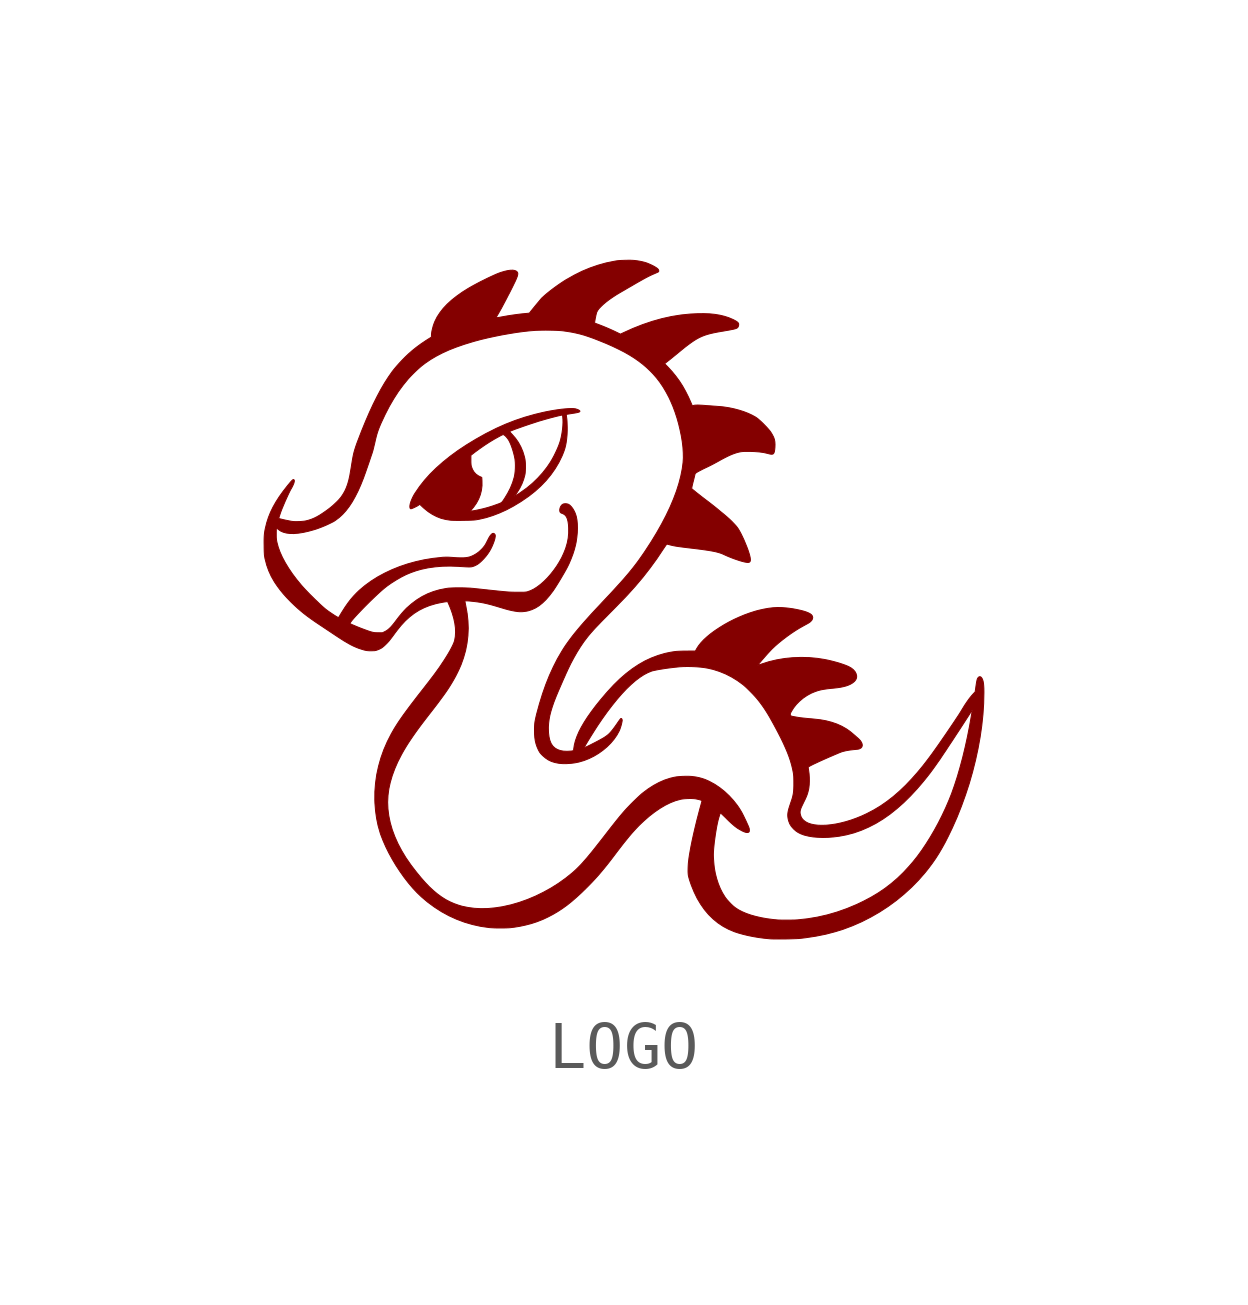
<source format=kicad_sym>
(kicad_symbol_lib
  (version 20220914)
  (generator kicad_symbol_editor)
  (symbol "LOGO"
    (pin_names
      (offset 1.016))
    (property "Reference" "#G"
      (at 0 6.446 0)
      (effects (font (size 1.27 1.27)) hide))
    (symbol "LOGO_0_0"
      (polyline (pts (xy -3.394 1.652) (xy -3.337 1.653) (xy -3.282 1.654) (xy -3.228 1.655) (xy -3.18 1.657) (xy -3.137 1.659) (xy -3.103 1.662) (xy -3.08 1.665) (xy -3.013 1.677) (xy -2.872 1.71) (xy -2.732 1.754) (xy -2.592 1.808) (xy -2.45 1.872) (xy -2.307 1.948) (xy -2.161 2.036) (xy -2.129 2.057) (xy -1.985 2.156) (xy -1.853 2.26) (xy -1.732 2.37) (xy -1.622 2.484) (xy -1.523 2.604) (xy -1.435 2.729) (xy -1.357 2.86) (xy -1.29 2.997) (xy -1.274 3.036) (xy -1.25 3.098) (xy -1.231 3.157) (xy -1.216 3.217) (xy -1.204 3.281) (xy -1.195 3.351) (xy -1.187 3.431) (xy -1.185 3.473) (xy -1.183 3.53) (xy -1.183 3.591) (xy -1.185 3.652) (xy -1.187 3.711) (xy -1.191 3.763) (xy -1.197 3.806) (xy -1.198 3.816) (xy -1.201 3.839) (xy -1.203 3.854) (xy -1.204 3.861) (xy -1.203 3.861) (xy -1.194 3.863) (xy -1.175 3.866) (xy -1.149 3.87) (xy -1.119 3.875) (xy -1.069 3.883) (xy -1.023 3.89) (xy -0.986 3.897) (xy -0.959 3.903) (xy -0.94 3.909) (xy -0.928 3.914) (xy -0.921 3.92) (xy -0.919 3.926) (xy -0.921 3.934) (xy -0.921 3.934) (xy -0.931 3.944) (xy -0.951 3.956) (xy -0.978 3.967) (xy -1.01 3.977) (xy -1.024 3.979) (xy -1.061 3.983) (xy -1.109 3.983) (xy -1.165 3.981) (xy -1.229 3.976) (xy -1.3 3.969) (xy -1.375 3.959) (xy -1.454 3.947) (xy -1.536 3.933) (xy -1.62 3.917) (xy -1.703 3.899) (xy -1.861 3.861) (xy -2.069 3.802) (xy -2.271 3.734) (xy -2.468 3.657) (xy -2.663 3.57) (xy -2.787 3.507) (xy -2.38 3.507) (xy -2.378 3.508) (xy -2.364 3.515) (xy -2.339 3.525) (xy -2.305 3.538) (xy -2.264 3.554) (xy -2.216 3.571) (xy -2.164 3.589) (xy -2.109 3.609) (xy -2.051 3.629) (xy -1.992 3.649) (xy -1.935 3.668) (xy -1.879 3.686) (xy -1.827 3.703) (xy -1.779 3.719) (xy -1.738 3.731) (xy -1.72 3.736) (xy -1.669 3.751) (xy -1.616 3.766) (xy -1.562 3.781) (xy -1.51 3.795) (xy -1.459 3.808) (xy -1.412 3.82) (xy -1.371 3.83) (xy -1.335 3.838) (xy -1.308 3.844) (xy -1.29 3.847) (xy -1.282 3.847) (xy -1.281 3.843) (xy -1.279 3.829) (xy -1.276 3.807) (xy -1.274 3.78) (xy -1.272 3.756) (xy -1.271 3.693) (xy -1.274 3.623) (xy -1.281 3.548) (xy -1.292 3.471) (xy -1.306 3.396) (xy -1.323 3.325) (xy -1.334 3.287) (xy -1.357 3.221) (xy -1.386 3.15) (xy -1.42 3.076) (xy -1.456 3.002) (xy -1.495 2.93) (xy -1.534 2.864) (xy -1.602 2.763) (xy -1.695 2.644) (xy -1.798 2.531) (xy -1.909 2.424) (xy -2.028 2.325) (xy -2.154 2.235) (xy -2.173 2.222) (xy -2.203 2.202) (xy -2.231 2.184) (xy -2.252 2.171) (xy -2.266 2.162) (xy -2.291 2.147) (xy -2.274 2.169) (xy -2.225 2.237) (xy -2.171 2.325) (xy -2.126 2.417) (xy -2.091 2.509) (xy -2.066 2.6) (xy -2.065 2.604) (xy -2.059 2.641) (xy -2.056 2.687) (xy -2.054 2.737) (xy -2.054 2.791) (xy -2.055 2.842) (xy -2.059 2.889) (xy -2.064 2.928) (xy -2.077 2.984) (xy -2.108 3.086) (xy -2.15 3.185) (xy -2.201 3.278) (xy -2.262 3.365) (xy -2.33 3.443) (xy -2.351 3.465) (xy -2.37 3.487) (xy -2.38 3.501) (xy -2.38 3.507) (xy -2.787 3.507) (xy -2.857 3.472) (xy -2.89 3.455) (xy -3.091 3.342) (xy -3.28 3.227) (xy -3.457 3.11) (xy -3.621 2.99) (xy -3.773 2.868) (xy -3.913 2.744) (xy -4.041 2.618) (xy -4.157 2.489) (xy -4.26 2.358) (xy -4.351 2.225) (xy -4.372 2.192) (xy -4.4 2.14) (xy -4.423 2.09) (xy -4.442 2.042) (xy -4.455 1.998) (xy -4.462 1.96) (xy -4.463 1.929) (xy -4.457 1.906) (xy -4.452 1.899) (xy -4.442 1.894) (xy -4.437 1.895) (xy -4.42 1.9) (xy -4.397 1.909) (xy -4.37 1.921) (xy -4.342 1.935) (xy -4.316 1.948) (xy -4.295 1.96) (xy -4.281 1.97) (xy -4.257 1.988) (xy -4.196 1.93) (xy -4.166 1.903) (xy -4.096 1.847) (xy -3.201 1.847) (xy -3.201 1.847) (xy -3.195 1.855) (xy -3.184 1.869) (xy -3.169 1.887) (xy -3.135 1.927) (xy -3.076 2.011) (xy -3.029 2.098) (xy -2.994 2.188) (xy -2.971 2.281) (xy -2.959 2.377) (xy -2.96 2.478) (xy -2.964 2.547) (xy -3.014 2.57) (xy -3.038 2.583) (xy -3.086 2.617) (xy -3.125 2.66) (xy -3.156 2.711) (xy -3.18 2.772) (xy -3.183 2.785) (xy -3.187 2.806) (xy -3.189 2.832) (xy -3.191 2.866) (xy -3.191 2.909) (xy -3.191 3.009) (xy -3.144 3.045) (xy -3.114 3.069) (xy -3.01 3.145) (xy -2.904 3.219) (xy -2.799 3.287) (xy -2.696 3.349) (xy -2.598 3.403) (xy -2.587 3.409) (xy -2.559 3.424) (xy -2.54 3.433) (xy -2.526 3.438) (xy -2.517 3.44) (xy -2.51 3.438) (xy -2.502 3.435) (xy -2.501 3.435) (xy -2.483 3.421) (xy -2.46 3.4) (xy -2.437 3.373) (xy -2.415 3.344) (xy -2.397 3.316) (xy -2.391 3.304) (xy -2.367 3.254) (xy -2.344 3.195) (xy -2.322 3.131) (xy -2.302 3.063) (xy -2.285 2.996) (xy -2.272 2.932) (xy -2.27 2.916) (xy -2.265 2.862) (xy -2.263 2.802) (xy -2.264 2.738) (xy -2.268 2.675) (xy -2.275 2.616) (xy -2.284 2.566) (xy -2.288 2.55) (xy -2.321 2.44) (xy -2.366 2.329) (xy -2.423 2.218) (xy -2.49 2.107) (xy -2.493 2.104) (xy -2.51 2.077) (xy -2.524 2.057) (xy -2.536 2.041) (xy -2.549 2.029) (xy -2.564 2.018) (xy -2.582 2.009) (xy -2.607 1.999) (xy -2.64 1.987) (xy -2.682 1.972) (xy -2.739 1.952) (xy -2.841 1.92) (xy -2.947 1.892) (xy -3.051 1.869) (xy -3.094 1.86) (xy -3.135 1.853) (xy -3.165 1.848) (xy -3.186 1.845) (xy -3.197 1.845) (xy -3.201 1.847) (xy -4.096 1.847) (xy -4.082 1.835) (xy -3.994 1.778) (xy -3.903 1.731) (xy -3.811 1.695) (xy -3.718 1.672) (xy -3.715 1.671) (xy -3.68 1.666) (xy -3.644 1.66) (xy -3.611 1.656) (xy -3.611 1.656) (xy -3.583 1.654) (xy -3.545 1.653) (xy -3.499 1.652) (xy -3.448 1.652) (xy -3.394 1.652)) (stroke (width 0.01) (type default)) (fill (type outline)))
      (polyline (pts (xy 3.296 -7.072) (xy 3.361 -7.072) (xy 3.425 -7.071) (xy 3.488 -7.069) (xy 3.546 -7.067) (xy 3.598 -7.065) (xy 3.642 -7.063) (xy 3.676 -7.06) (xy 3.784 -7.047) (xy 4.001 -7.014) (xy 4.21 -6.972) (xy 4.411 -6.919) (xy 4.568 -6.87) (xy 4.763 -6.797) (xy 4.955 -6.713) (xy 5.143 -6.617) (xy 5.326 -6.512) (xy 5.504 -6.396) (xy 5.675 -6.271) (xy 5.838 -6.137) (xy 5.994 -5.995) (xy 6.141 -5.845) (xy 6.278 -5.688) (xy 6.349 -5.599) (xy 6.424 -5.499) (xy 6.495 -5.397) (xy 6.562 -5.292) (xy 6.628 -5.18) (xy 6.694 -5.061) (xy 6.76 -4.931) (xy 6.842 -4.761) (xy 6.942 -4.536) (xy 7.034 -4.305) (xy 7.119 -4.069) (xy 7.197 -3.831) (xy 7.266 -3.59) (xy 7.327 -3.348) (xy 7.379 -3.107) (xy 7.423 -2.866) (xy 7.457 -2.629) (xy 7.482 -2.394) (xy 7.497 -2.165) (xy 7.502 -1.942) (xy 7.502 -1.912) (xy 7.501 -1.849) (xy 7.498 -1.796) (xy 7.494 -1.752) (xy 7.488 -1.714) (xy 7.48 -1.683) (xy 7.47 -1.655) (xy 7.455 -1.63) (xy 7.438 -1.612) (xy 7.418 -1.605) (xy 7.399 -1.61) (xy 7.381 -1.627) (xy 7.377 -1.632) (xy 7.37 -1.643) (xy 7.365 -1.655) (xy 7.36 -1.672) (xy 7.355 -1.694) (xy 7.349 -1.723) (xy 7.343 -1.761) (xy 7.336 -1.809) (xy 7.32 -1.922) (xy 7.287 -1.956) (xy 7.244 -2.004) (xy 7.198 -2.061) (xy 7.151 -2.127) (xy 7.101 -2.201) (xy 7.049 -2.286) (xy 7.04 -2.301) (xy 7.022 -2.331) (xy 7.002 -2.363) (xy 6.98 -2.398) (xy 6.955 -2.436) (xy 6.926 -2.479) (xy 6.894 -2.528) (xy 6.857 -2.583) (xy 6.815 -2.645) (xy 6.767 -2.716) (xy 6.712 -2.797) (xy 6.643 -2.897) (xy 6.563 -3.013) (xy 6.488 -3.119) (xy 6.418 -3.217) (xy 6.351 -3.307) (xy 6.288 -3.39) (xy 6.227 -3.468) (xy 6.168 -3.54) (xy 6.111 -3.608) (xy 6 -3.733) (xy 5.872 -3.868) (xy 5.742 -3.992) (xy 5.612 -4.105) (xy 5.48 -4.207) (xy 5.346 -4.3) (xy 5.208 -4.383) (xy 5.067 -4.457) (xy 5.059 -4.461) (xy 4.951 -4.511) (xy 4.842 -4.555) (xy 4.734 -4.594) (xy 4.626 -4.627) (xy 4.521 -4.654) (xy 4.418 -4.676) (xy 4.318 -4.691) (xy 4.223 -4.701) (xy 4.132 -4.704) (xy 4.048 -4.702) (xy 3.97 -4.693) (xy 3.899 -4.678) (xy 3.837 -4.657) (xy 3.784 -4.629) (xy 3.74 -4.594) (xy 3.711 -4.561) (xy 3.689 -4.521) (xy 3.675 -4.473) (xy 3.672 -4.46) (xy 3.67 -4.436) (xy 3.671 -4.413) (xy 3.676 -4.387) (xy 3.685 -4.357) (xy 3.699 -4.322) (xy 3.719 -4.28) (xy 3.744 -4.228) (xy 3.749 -4.217) (xy 3.776 -4.163) (xy 3.797 -4.116) (xy 3.814 -4.074) (xy 3.827 -4.035) (xy 3.838 -3.995) (xy 3.848 -3.953) (xy 3.853 -3.925) (xy 3.861 -3.857) (xy 3.864 -3.783) (xy 3.863 -3.705) (xy 3.858 -3.629) (xy 3.848 -3.556) (xy 3.846 -3.542) (xy 3.842 -3.518) (xy 3.841 -3.499) (xy 3.841 -3.489) (xy 3.841 -3.489) (xy 3.848 -3.483) (xy 3.865 -3.474) (xy 3.889 -3.46) (xy 3.919 -3.445) (xy 3.953 -3.428) (xy 3.977 -3.417) (xy 4.02 -3.397) (xy 4.068 -3.374) (xy 4.121 -3.35) (xy 4.177 -3.325) (xy 4.234 -3.3) (xy 4.29 -3.275) (xy 4.345 -3.252) (xy 4.395 -3.23) (xy 4.441 -3.211) (xy 4.48 -3.194) (xy 4.511 -3.182) (xy 4.532 -3.174) (xy 4.553 -3.167) (xy 4.625 -3.149) (xy 4.706 -3.135) (xy 4.793 -3.125) (xy 4.795 -3.125) (xy 4.827 -3.122) (xy 4.856 -3.119) (xy 4.88 -3.116) (xy 4.893 -3.113) (xy 4.909 -3.108) (xy 4.94 -3.091) (xy 4.959 -3.068) (xy 4.967 -3.041) (xy 4.964 -3.009) (xy 4.95 -2.974) (xy 4.925 -2.936) (xy 4.917 -2.928) (xy 4.9 -2.91) (xy 4.877 -2.888) (xy 4.848 -2.863) (xy 4.817 -2.835) (xy 4.784 -2.807) (xy 4.752 -2.78) (xy 4.723 -2.756) (xy 4.698 -2.737) (xy 4.635 -2.693) (xy 4.54 -2.639) (xy 4.438 -2.593) (xy 4.327 -2.555) (xy 4.211 -2.525) (xy 4.088 -2.503) (xy 4.082 -2.503) (xy 4.051 -2.499) (xy 4.012 -2.495) (xy 3.967 -2.49) (xy 3.919 -2.485) (xy 3.873 -2.481) (xy 3.826 -2.477) (xy 3.778 -2.472) (xy 3.737 -2.468) (xy 3.702 -2.464) (xy 3.669 -2.46) (xy 3.636 -2.455) (xy 3.601 -2.449) (xy 3.561 -2.442) (xy 3.554 -2.441) (xy 3.523 -2.435) (xy 3.502 -2.431) (xy 3.489 -2.427) (xy 3.48 -2.422) (xy 3.475 -2.416) (xy 3.471 -2.408) (xy 3.466 -2.396) (xy 3.465 -2.385) (xy 3.468 -2.373) (xy 3.477 -2.354) (xy 3.487 -2.334) (xy 3.535 -2.257) (xy 3.593 -2.183) (xy 3.66 -2.115) (xy 3.735 -2.052) (xy 3.816 -1.997) (xy 3.902 -1.95) (xy 3.93 -1.938) (xy 3.987 -1.915) (xy 4.046 -1.895) (xy 4.108 -1.879) (xy 4.176 -1.867) (xy 4.252 -1.856) (xy 4.339 -1.847) (xy 4.363 -1.845) (xy 4.443 -1.836) (xy 4.513 -1.826) (xy 4.574 -1.813) (xy 4.628 -1.799) (xy 4.676 -1.782) (xy 4.719 -1.763) (xy 4.766 -1.735) (xy 4.805 -1.703) (xy 4.832 -1.668) (xy 4.847 -1.631) (xy 4.85 -1.592) (xy 4.849 -1.587) (xy 4.838 -1.543) (xy 4.816 -1.501) (xy 4.782 -1.462) (xy 4.739 -1.427) (xy 4.686 -1.397) (xy 4.667 -1.388) (xy 4.613 -1.366) (xy 4.551 -1.344) (xy 4.481 -1.321) (xy 4.407 -1.3) (xy 4.33 -1.28) (xy 4.254 -1.262) (xy 4.179 -1.247) (xy 4.033 -1.224) (xy 3.862 -1.208) (xy 3.69 -1.204) (xy 3.518 -1.21) (xy 3.348 -1.227) (xy 3.182 -1.255) (xy 3.019 -1.294) (xy 2.862 -1.344) (xy 2.835 -1.353) (xy 2.812 -1.361) (xy 2.796 -1.365) (xy 2.79 -1.366) (xy 2.791 -1.363) (xy 2.8 -1.351) (xy 2.815 -1.332) (xy 2.835 -1.308) (xy 2.86 -1.279) (xy 2.888 -1.246) (xy 2.918 -1.212) (xy 2.949 -1.176) (xy 2.98 -1.141) (xy 3.01 -1.108) (xy 3.038 -1.078) (xy 3.062 -1.052) (xy 3.082 -1.031) (xy 3.087 -1.026) (xy 3.154 -0.963) (xy 3.229 -0.898) (xy 3.311 -0.832) (xy 3.398 -0.766) (xy 3.486 -0.703) (xy 3.575 -0.644) (xy 3.661 -0.591) (xy 3.743 -0.545) (xy 3.765 -0.533) (xy 3.798 -0.515) (xy 3.827 -0.499) (xy 3.851 -0.485) (xy 3.866 -0.475) (xy 3.887 -0.459) (xy 3.914 -0.43) (xy 3.929 -0.4) (xy 3.934 -0.37) (xy 3.927 -0.342) (xy 3.909 -0.316) (xy 3.883 -0.296) (xy 3.846 -0.276) (xy 3.797 -0.256) (xy 3.74 -0.238) (xy 3.673 -0.221) (xy 3.599 -0.205) (xy 3.518 -0.19) (xy 3.431 -0.178) (xy 3.395 -0.174) (xy 3.297 -0.166) (xy 3.203 -0.164) (xy 3.109 -0.169) (xy 3.014 -0.18) (xy 2.914 -0.198) (xy 2.807 -0.222) (xy 2.733 -0.242) (xy 2.623 -0.277) (xy 2.513 -0.317) (xy 2.403 -0.363) (xy 2.295 -0.412) (xy 2.189 -0.466) (xy 2.087 -0.523) (xy 1.99 -0.583) (xy 1.898 -0.644) (xy 1.812 -0.707) (xy 1.734 -0.771) (xy 1.664 -0.835) (xy 1.604 -0.899) (xy 1.554 -0.962) (xy 1.515 -1.023) (xy 1.489 -1.071) (xy 1.309 -1.072) (xy 1.255 -1.072) (xy 1.194 -1.074) (xy 1.142 -1.076) (xy 1.094 -1.079) (xy 1.049 -1.084) (xy 1.004 -1.091) (xy 0.957 -1.099) (xy 0.904 -1.11) (xy 0.85 -1.122) (xy 0.711 -1.163) (xy 0.573 -1.215) (xy 0.437 -1.278) (xy 0.304 -1.354) (xy 0.172 -1.442) (xy 0.042 -1.542) (xy -0.087 -1.654) (xy -0.215 -1.779) (xy -0.341 -1.916) (xy -0.378 -1.958) (xy -0.489 -2.089) (xy -0.589 -2.213) (xy -0.679 -2.333) (xy -0.759 -2.446) (xy -0.829 -2.555) (xy -0.889 -2.658) (xy -0.94 -2.757) (xy -0.98 -2.851) (xy -1.012 -2.941) (xy -1.034 -3.027) (xy -1.047 -3.11) (xy -1.048 -3.122) (xy -1.05 -3.134) (xy -1.054 -3.143) (xy -1.062 -3.149) (xy -1.076 -3.153) (xy -1.096 -3.156) (xy -1.126 -3.158) (xy -1.166 -3.16) (xy -1.186 -3.161) (xy -1.26 -3.158) (xy -1.326 -3.146) (xy -1.385 -3.125) (xy -1.436 -3.095) (xy -1.479 -3.057) (xy -1.512 -3.01) (xy -1.523 -2.989) (xy -1.547 -2.928) (xy -1.563 -2.857) (xy -1.573 -2.775) (xy -1.576 -2.683) (xy -1.576 -2.656) (xy -1.571 -2.578) (xy -1.561 -2.498) (xy -1.546 -2.416) (xy -1.524 -2.33) (xy -1.496 -2.238) (xy -1.462 -2.139) (xy -1.42 -2.031) (xy -1.407 -1.998) (xy -1.388 -1.954) (xy -1.367 -1.903) (xy -1.342 -1.846) (xy -1.316 -1.786) (xy -1.289 -1.724) (xy -1.262 -1.662) (xy -1.235 -1.603) (xy -1.211 -1.547) (xy -1.188 -1.498) (xy -1.169 -1.456) (xy -1.111 -1.336) (xy -1.045 -1.212) (xy -0.977 -1.093) (xy -0.907 -0.981) (xy -0.837 -0.878) (xy -0.767 -0.786) (xy -0.743 -0.756) (xy -0.718 -0.726) (xy -0.693 -0.696) (xy -0.666 -0.666) (xy -0.637 -0.633) (xy -0.605 -0.598) (xy -0.568 -0.559) (xy -0.527 -0.517) (xy -0.481 -0.468) (xy -0.428 -0.414) (xy -0.367 -0.353) (xy -0.299 -0.283) (xy -0.298 -0.282) (xy -0.245 -0.229) (xy -0.193 -0.176) (xy -0.142 -0.124) (xy -0.094 -0.074) (xy -0.049 -0.028) (xy -0.008 0.014) (xy 0.027 0.05) (xy 0.055 0.08) (xy 0.075 0.101) (xy 0.231 0.274) (xy 0.392 0.464) (xy 0.543 0.658) (xy 0.685 0.853) (xy 0.815 1.048) (xy 0.823 1.059) (xy 0.844 1.091) (xy 0.863 1.118) (xy 0.878 1.14) (xy 0.889 1.153) (xy 0.895 1.158) (xy 0.898 1.157) (xy 0.912 1.154) (xy 0.934 1.148) (xy 0.96 1.142) (xy 0.961 1.141) (xy 0.99 1.134) (xy 1.021 1.127) (xy 1.056 1.12) (xy 1.096 1.113) (xy 1.142 1.106) (xy 1.196 1.099) (xy 1.259 1.091) (xy 1.332 1.082) (xy 1.416 1.072) (xy 1.425 1.071) (xy 1.524 1.059) (xy 1.611 1.048) (xy 1.689 1.037) (xy 1.757 1.027) (xy 1.817 1.017) (xy 1.87 1.007) (xy 1.917 0.997) (xy 1.958 0.986) (xy 1.996 0.975) (xy 2.031 0.963) (xy 2.065 0.949) (xy 2.097 0.934) (xy 2.119 0.924) (xy 2.176 0.899) (xy 2.236 0.875) (xy 2.296 0.852) (xy 2.357 0.831) (xy 2.414 0.812) (xy 2.467 0.797) (xy 2.514 0.785) (xy 2.553 0.778) (xy 2.583 0.775) (xy 2.588 0.775) (xy 2.611 0.78) (xy 2.626 0.792) (xy 2.634 0.813) (xy 2.635 0.843) (xy 2.629 0.883) (xy 2.628 0.887) (xy 2.617 0.934) (xy 2.6 0.989) (xy 2.58 1.049) (xy 2.555 1.114) (xy 2.528 1.18) (xy 2.5 1.247) (xy 2.47 1.311) (xy 2.441 1.371) (xy 2.412 1.425) (xy 2.385 1.471) (xy 2.36 1.507) (xy 2.331 1.543) (xy 2.292 1.585) (xy 2.247 1.632) (xy 2.197 1.68) (xy 2.144 1.727) (xy 2.09 1.773) (xy 2.082 1.78) (xy 2.045 1.81) (xy 2.003 1.844) (xy 1.963 1.878) (xy 1.928 1.907) (xy 1.904 1.926) (xy 1.869 1.954) (xy 1.83 1.985) (xy 1.787 2.018) (xy 1.743 2.052) (xy 1.7 2.084) (xy 1.66 2.115) (xy 1.618 2.147) (xy 1.578 2.179) (xy 1.542 2.207) (xy 1.511 2.231) (xy 1.489 2.249) (xy 1.484 2.254) (xy 1.459 2.274) (xy 1.438 2.291) (xy 1.423 2.304) (xy 1.415 2.31) (xy 1.413 2.312) (xy 1.412 2.319) (xy 1.413 2.33) (xy 1.416 2.347) (xy 1.421 2.372) (xy 1.429 2.406) (xy 1.44 2.451) (xy 1.444 2.465) (xy 1.454 2.505) (xy 1.463 2.542) (xy 1.47 2.572) (xy 1.476 2.596) (xy 1.479 2.609) (xy 1.479 2.61) (xy 1.483 2.622) (xy 1.488 2.631) (xy 1.499 2.64) (xy 1.516 2.652) (xy 1.541 2.667) (xy 1.543 2.668) (xy 1.567 2.681) (xy 1.6 2.698) (xy 1.638 2.718) (xy 1.679 2.738) (xy 1.719 2.757) (xy 1.759 2.776) (xy 1.811 2.802) (xy 1.865 2.83) (xy 1.917 2.858) (xy 1.963 2.883) (xy 2.021 2.916) (xy 2.093 2.954) (xy 2.156 2.986) (xy 2.214 3.013) (xy 2.267 3.035) (xy 2.317 3.053) (xy 2.365 3.068) (xy 2.413 3.079) (xy 2.414 3.079) (xy 2.435 3.083) (xy 2.458 3.086) (xy 2.484 3.088) (xy 2.516 3.09) (xy 2.556 3.09) (xy 2.607 3.09) (xy 2.718 3.087) (xy 2.822 3.079) (xy 2.915 3.066) (xy 2.998 3.047) (xy 3.005 3.045) (xy 3.043 3.035) (xy 3.074 3.031) (xy 3.097 3.033) (xy 3.114 3.042) (xy 3.126 3.06) (xy 3.135 3.087) (xy 3.141 3.125) (xy 3.146 3.174) (xy 3.148 3.233) (xy 3.145 3.288) (xy 3.136 3.337) (xy 3.119 3.386) (xy 3.093 3.437) (xy 3.059 3.493) (xy 3.056 3.497) (xy 3.035 3.525) (xy 3.006 3.559) (xy 2.972 3.597) (xy 2.934 3.636) (xy 2.895 3.676) (xy 2.856 3.713) (xy 2.819 3.746) (xy 2.787 3.774) (xy 2.76 3.793) (xy 2.741 3.806) (xy 2.668 3.846) (xy 2.586 3.884) (xy 2.495 3.919) (xy 2.398 3.95) (xy 2.296 3.977) (xy 2.192 3.999) (xy 2.087 4.015) (xy 2.08 4.016) (xy 2.048 4.02) (xy 2.008 4.024) (xy 1.962 4.027) (xy 1.915 4.031) (xy 1.868 4.034) (xy 1.854 4.035) (xy 1.807 4.039) (xy 1.76 4.042) (xy 1.717 4.045) (xy 1.681 4.048) (xy 1.653 4.05) (xy 1.646 4.051) (xy 1.59 4.054) (xy 1.541 4.056) (xy 1.5 4.055) (xy 1.468 4.052) (xy 1.447 4.047) (xy 1.443 4.045) (xy 1.43 4.041) (xy 1.424 4.043) (xy 1.419 4.052) (xy 1.402 4.093) (xy 1.344 4.223) (xy 1.284 4.342) (xy 1.222 4.453) (xy 1.155 4.557) (xy 1.083 4.655) (xy 1.006 4.75) (xy 0.921 4.843) (xy 0.847 4.919) (xy 0.928 4.983) (xy 0.952 5.001) (xy 0.985 5.028) (xy 1.024 5.06) (xy 1.066 5.094) (xy 1.109 5.129) (xy 1.15 5.163) (xy 1.2 5.204) (xy 1.274 5.264) (xy 1.342 5.316) (xy 1.405 5.362) (xy 1.464 5.402) (xy 1.52 5.436) (xy 1.574 5.465) (xy 1.629 5.49) (xy 1.686 5.512) (xy 1.746 5.531) (xy 1.81 5.548) (xy 1.881 5.564) (xy 1.958 5.579) (xy 2.044 5.594) (xy 2.066 5.597) (xy 2.114 5.606) (xy 2.162 5.614) (xy 2.207 5.622) (xy 2.245 5.63) (xy 2.274 5.635) (xy 2.306 5.643) (xy 2.336 5.652) (xy 2.357 5.662) (xy 2.371 5.674) (xy 2.381 5.69) (xy 2.388 5.712) (xy 2.391 5.732) (xy 2.389 5.753) (xy 2.379 5.771) (xy 2.36 5.789) (xy 2.331 5.808) (xy 2.291 5.83) (xy 2.268 5.841) (xy 2.183 5.877) (xy 2.093 5.906) (xy 1.997 5.929) (xy 1.895 5.946) (xy 1.786 5.957) (xy 1.667 5.961) (xy 1.538 5.96) (xy 1.385 5.953) (xy 1.187 5.933) (xy 0.989 5.901) (xy 0.79 5.857) (xy 0.591 5.801) (xy 0.39 5.733) (xy 0.187 5.653) (xy -0.017 5.561) (xy -0.074 5.534) (xy -0.146 5.569) (xy -0.206 5.598) (xy -0.283 5.633) (xy -0.363 5.668) (xy -0.441 5.7) (xy -0.513 5.728) (xy -0.536 5.737) (xy -0.566 5.748) (xy -0.59 5.757) (xy -0.606 5.764) (xy -0.612 5.766) (xy -0.612 5.768) (xy -0.612 5.78) (xy -0.609 5.801) (xy -0.604 5.828) (xy -0.599 5.859) (xy -0.592 5.891) (xy -0.586 5.923) (xy -0.579 5.952) (xy -0.573 5.975) (xy -0.569 5.99) (xy -0.568 5.991) (xy -0.55 6.026) (xy -0.521 6.066) (xy -0.481 6.108) (xy -0.433 6.154) (xy -0.376 6.202) (xy -0.311 6.252) (xy -0.238 6.303) (xy -0.16 6.354) (xy -0.075 6.405) (xy -0.062 6.412) (xy -0.028 6.432) (xy 0.014 6.456) (xy 0.061 6.484) (xy 0.111 6.513) (xy 0.162 6.542) (xy 0.211 6.571) (xy 0.271 6.606) (xy 0.342 6.646) (xy 0.404 6.681) (xy 0.459 6.711) (xy 0.509 6.737) (xy 0.554 6.759) (xy 0.597 6.779) (xy 0.638 6.796) (xy 0.639 6.797) (xy 0.667 6.809) (xy 0.691 6.82) (xy 0.709 6.828) (xy 0.717 6.833) (xy 0.722 6.838) (xy 0.725 6.853) (xy 0.721 6.872) (xy 0.71 6.889) (xy 0.693 6.905) (xy 0.663 6.926) (xy 0.624 6.949) (xy 0.579 6.972) (xy 0.528 6.995) (xy 0.475 7.017) (xy 0.471 7.018) (xy 0.433 7.03) (xy 0.386 7.042) (xy 0.334 7.053) (xy 0.28 7.062) (xy 0.226 7.069) (xy 0.225 7.069) (xy 0.187 7.072) (xy 0.139 7.074) (xy 0.086 7.074) (xy 0.03 7.073) (xy -0.026 7.071) (xy -0.079 7.069) (xy -0.126 7.065) (xy -0.163 7.06) (xy -0.202 7.053) (xy -0.374 7.018) (xy -0.542 6.971) (xy -0.707 6.914) (xy -0.871 6.846) (xy -1.034 6.765) (xy -1.197 6.673) (xy -1.2 6.672) (xy -1.265 6.631) (xy -1.334 6.585) (xy -1.404 6.536) (xy -1.474 6.485) (xy -1.542 6.433) (xy -1.604 6.383) (xy -1.66 6.335) (xy -1.707 6.292) (xy -1.708 6.292) (xy -1.718 6.281) (xy -1.734 6.263) (xy -1.755 6.237) (xy -1.78 6.207) (xy -1.808 6.174) (xy -1.837 6.139) (xy -1.866 6.103) (xy -1.894 6.069) (xy -1.92 6.037) (xy -1.942 6.01) (xy -1.959 5.988) (xy -1.969 5.974) (xy -1.97 5.974) (xy -1.98 5.971) (xy -1.999 5.969) (xy -2.026 5.966) (xy -2.057 5.963) (xy -2.07 5.962) (xy -2.15 5.954) (xy -2.237 5.943) (xy -2.331 5.93) (xy -2.428 5.915) (xy -2.524 5.898) (xy -2.551 5.893) (xy -2.589 5.886) (xy -2.622 5.881) (xy -2.647 5.877) (xy -2.663 5.874) (xy -2.669 5.874) (xy -2.668 5.876) (xy -2.662 5.887) (xy -2.652 5.905) (xy -2.639 5.927) (xy -2.635 5.934) (xy -2.609 5.979) (xy -2.582 6.026) (xy -2.553 6.077) (xy -2.523 6.134) (xy -2.489 6.198) (xy -2.451 6.27) (xy -2.409 6.352) (xy -2.392 6.383) (xy -2.353 6.46) (xy -2.319 6.528) (xy -2.291 6.586) (xy -2.267 6.635) (xy -2.248 6.678) (xy -2.234 6.713) (xy -2.223 6.742) (xy -2.217 6.766) (xy -2.214 6.786) (xy -2.214 6.802) (xy -2.217 6.815) (xy -2.223 6.826) (xy -2.232 6.836) (xy -2.243 6.846) (xy -2.275 6.86) (xy -2.316 6.867) (xy -2.366 6.866) (xy -2.425 6.858) (xy -2.493 6.842) (xy -2.57 6.819) (xy -2.611 6.804) (xy -2.661 6.784) (xy -2.719 6.758) (xy -2.782 6.729) (xy -2.85 6.697) (xy -2.92 6.662) (xy -2.991 6.627) (xy -3.061 6.59) (xy -3.128 6.554) (xy -3.191 6.519) (xy -3.248 6.486) (xy -3.369 6.41) (xy -3.486 6.327) (xy -3.592 6.243) (xy -3.685 6.158) (xy -3.767 6.071) (xy -3.836 5.982) (xy -3.895 5.892) (xy -3.941 5.8) (xy -3.956 5.763) (xy -3.975 5.709) (xy -3.99 5.652) (xy -4.003 5.597) (xy -4.011 5.546) (xy -4.013 5.503) (xy -4.014 5.472) (xy -4.059 5.444) (xy -4.127 5.401) (xy -4.228 5.333) (xy -4.326 5.261) (xy -4.417 5.188) (xy -4.431 5.175) (xy -4.492 5.122) (xy -4.556 5.061) (xy -4.62 4.996) (xy -4.683 4.929) (xy -4.741 4.864) (xy -4.792 4.803) (xy -4.831 4.753) (xy -4.909 4.642) (xy -4.988 4.519) (xy -5.067 4.384) (xy -5.146 4.236) (xy -5.226 4.076) (xy -5.306 3.903) (xy -5.386 3.718) (xy -5.467 3.52) (xy -5.548 3.31) (xy -5.568 3.257) (xy -5.589 3.197) (xy -5.606 3.144) (xy -5.621 3.094) (xy -5.634 3.045) (xy -5.645 2.993) (xy -5.656 2.936) (xy -5.667 2.871) (xy -5.667 2.869) (xy -5.675 2.822) (xy -5.683 2.771) (xy -5.691 2.722) (xy -5.699 2.678) (xy -5.705 2.642) (xy -5.715 2.583) (xy -5.736 2.49) (xy -5.76 2.406) (xy -5.788 2.33) (xy -5.82 2.26) (xy -5.857 2.196) (xy -5.899 2.134) (xy -5.915 2.115) (xy -5.945 2.08) (xy -5.982 2.042) (xy -6.024 2.002) (xy -6.067 1.962) (xy -6.111 1.925) (xy -6.152 1.893) (xy -6.196 1.86) (xy -6.269 1.809) (xy -6.336 1.765) (xy -6.398 1.729) (xy -6.458 1.699) (xy -6.516 1.675) (xy -6.574 1.656) (xy -6.633 1.641) (xy -6.648 1.638) (xy -6.688 1.633) (xy -6.734 1.629) (xy -6.784 1.627) (xy -6.834 1.626) (xy -6.88 1.627) (xy -6.917 1.631) (xy -6.921 1.631) (xy -6.942 1.635) (xy -6.97 1.64) (xy -7.003 1.647) (xy -7.039 1.654) (xy -7.076 1.662) (xy -7.111 1.67) (xy -7.143 1.678) (xy -7.169 1.684) (xy -7.187 1.689) (xy -7.195 1.692) (xy -7.195 1.695) (xy -7.192 1.708) (xy -7.186 1.73) (xy -7.177 1.758) (xy -7.166 1.79) (xy -7.154 1.826) (xy -7.14 1.862) (xy -7.127 1.897) (xy -7.123 1.905) (xy -7.104 1.951) (xy -7.083 2.001) (xy -7.061 2.053) (xy -7.037 2.106) (xy -7.014 2.156) (xy -6.993 2.202) (xy -6.973 2.243) (xy -6.957 2.276) (xy -6.944 2.299) (xy -6.919 2.343) (xy -6.896 2.39) (xy -6.88 2.43) (xy -6.872 2.462) (xy -6.871 2.485) (xy -6.879 2.499) (xy -6.882 2.502) (xy -6.89 2.503) (xy -6.9 2.5) (xy -6.913 2.49) (xy -6.93 2.473) (xy -6.953 2.448) (xy -6.981 2.414) (xy -7.012 2.377) (xy -7.103 2.26) (xy -7.184 2.147) (xy -7.255 2.036) (xy -7.316 1.928) (xy -7.368 1.82) (xy -7.411 1.713) (xy -7.446 1.604) (xy -7.473 1.494) (xy -7.477 1.476) (xy -7.485 1.436) (xy -7.491 1.399) (xy -7.494 1.373) (xy -7.248 1.373) (xy -7.248 1.407) (xy -7.247 1.44) (xy -7.247 1.466) (xy -7.245 1.484) (xy -7.244 1.491) (xy -7.238 1.49) (xy -7.225 1.481) (xy -7.209 1.468) (xy -7.161 1.433) (xy -7.104 1.407) (xy -7.038 1.389) (xy -6.962 1.379) (xy -6.878 1.378) (xy -6.785 1.386) (xy -6.683 1.402) (xy -6.572 1.427) (xy -6.453 1.46) (xy -6.412 1.473) (xy -6.353 1.494) (xy -6.291 1.518) (xy -6.23 1.543) (xy -6.17 1.57) (xy -6.116 1.596) (xy -6.068 1.62) (xy -6.03 1.642) (xy -6.012 1.655) (xy -5.937 1.711) (xy -5.865 1.777) (xy -5.796 1.853) (xy -5.729 1.94) (xy -5.665 2.037) (xy -5.604 2.145) (xy -5.543 2.265) (xy -5.485 2.396) (xy -5.428 2.539) (xy -5.419 2.565) (xy -5.405 2.604) (xy -5.388 2.65) (xy -5.371 2.7) (xy -5.352 2.754) (xy -5.333 2.809) (xy -5.314 2.864) (xy -5.296 2.918) (xy -5.279 2.968) (xy -5.264 3.013) (xy -5.251 3.05) (xy -5.242 3.08) (xy -5.236 3.1) (xy -5.234 3.105) (xy -5.228 3.13) (xy -5.219 3.164) (xy -5.21 3.204) (xy -5.199 3.247) (xy -5.189 3.291) (xy -5.181 3.328) (xy -5.166 3.388) (xy -5.152 3.441) (xy -5.138 3.487) (xy -5.123 3.531) (xy -5.107 3.574) (xy -5.089 3.619) (xy -5.062 3.682) (xy -4.979 3.859) (xy -4.892 4.028) (xy -4.8 4.186) (xy -4.704 4.335) (xy -4.603 4.472) (xy -4.5 4.598) (xy -4.483 4.617) (xy -4.442 4.661) (xy -4.396 4.708) (xy -4.347 4.756) (xy -4.299 4.801) (xy -4.253 4.842) (xy -4.214 4.875) (xy -4.142 4.93) (xy -4.032 5.005) (xy -3.912 5.076) (xy -3.783 5.143) (xy -3.644 5.206) (xy -3.493 5.265) (xy -3.332 5.321) (xy -3.159 5.374) (xy -3.118 5.386) (xy -2.98 5.423) (xy -2.837 5.457) (xy -2.689 5.489) (xy -2.54 5.519) (xy -2.391 5.545) (xy -2.245 5.569) (xy -2.104 5.588) (xy -1.97 5.603) (xy -1.845 5.613) (xy -1.816 5.614) (xy -1.76 5.616) (xy -1.698 5.617) (xy -1.631 5.618) (xy -1.562 5.617) (xy -1.494 5.616) (xy -1.429 5.614) (xy -1.369 5.611) (xy -1.317 5.608) (xy -1.275 5.604) (xy -1.184 5.591) (xy -1.092 5.576) (xy -1.004 5.558) (xy -0.916 5.537) (xy -0.827 5.512) (xy -0.734 5.481) (xy -0.635 5.446) (xy -0.528 5.404) (xy -0.518 5.4) (xy -0.37 5.34) (xy -0.235 5.28) (xy -0.11 5.22) (xy 0.006 5.161) (xy 0.113 5.1) (xy 0.212 5.038) (xy 0.304 4.974) (xy 0.39 4.908) (xy 0.471 4.839) (xy 0.548 4.766) (xy 0.605 4.707) (xy 0.68 4.621) (xy 0.749 4.531) (xy 0.814 4.435) (xy 0.876 4.33) (xy 0.937 4.216) (xy 0.972 4.141) (xy 1.02 4.029) (xy 1.064 3.911) (xy 1.104 3.789) (xy 1.139 3.665) (xy 1.169 3.539) (xy 1.195 3.415) (xy 1.215 3.293) (xy 1.229 3.175) (xy 1.236 3.062) (xy 1.238 2.956) (xy 1.232 2.859) (xy 1.215 2.73) (xy 1.185 2.579) (xy 1.145 2.424) (xy 1.094 2.263) (xy 1.032 2.098) (xy 0.96 1.928) (xy 0.877 1.754) (xy 0.784 1.576) (xy 0.681 1.394) (xy 0.568 1.208) (xy 0.445 1.019) (xy 0.408 0.964) (xy 0.364 0.901) (xy 0.322 0.841) (xy 0.28 0.783) (xy 0.237 0.726) (xy 0.193 0.669) (xy 0.147 0.612) (xy 0.099 0.553) (xy 0.047 0.492) (xy -0.008 0.428) (xy -0.068 0.36) (xy -0.134 0.288) (xy -0.205 0.21) (xy -0.283 0.125) (xy -0.369 0.034) (xy -0.463 -0.066) (xy -0.482 -0.087) (xy -0.581 -0.192) (xy -0.672 -0.29) (xy -0.755 -0.382) (xy -0.83 -0.466) (xy -0.9 -0.546) (xy -0.963 -0.621) (xy -1.021 -0.691) (xy -1.075 -0.759) (xy -1.124 -0.824) (xy -1.17 -0.887) (xy -1.214 -0.949) (xy -1.255 -1.011) (xy -1.297 -1.079) (xy -1.388 -1.235) (xy -1.473 -1.403) (xy -1.554 -1.58) (xy -1.629 -1.768) (xy -1.698 -1.964) (xy -1.761 -2.168) (xy -1.819 -2.38) (xy -1.824 -2.4) (xy -1.837 -2.456) (xy -1.847 -2.503) (xy -1.855 -2.546) (xy -1.86 -2.586) (xy -1.863 -2.628) (xy -1.865 -2.673) (xy -1.865 -2.725) (xy -1.864 -2.802) (xy -1.858 -2.877) (xy -1.848 -2.944) (xy -1.833 -3.006) (xy -1.813 -3.065) (xy -1.787 -3.125) (xy -1.782 -3.135) (xy -1.768 -3.161) (xy -1.755 -3.183) (xy -1.74 -3.202) (xy -1.721 -3.224) (xy -1.695 -3.25) (xy -1.694 -3.251) (xy -1.637 -3.3) (xy -1.578 -3.34) (xy -1.514 -3.371) (xy -1.442 -3.394) (xy -1.361 -3.41) (xy -1.338 -3.413) (xy -1.266 -3.418) (xy -1.188 -3.417) (xy -1.105 -3.412) (xy -1.022 -3.401) (xy -0.942 -3.385) (xy -0.938 -3.384) (xy -0.832 -3.353) (xy -0.728 -3.312) (xy -0.627 -3.262) (xy -0.53 -3.204) (xy -0.438 -3.138) (xy -0.353 -3.067) (xy -0.275 -2.989) (xy -0.206 -2.907) (xy -0.147 -2.822) (xy -0.099 -2.734) (xy -0.089 -2.711) (xy -0.077 -2.677) (xy -0.065 -2.64) (xy -0.054 -2.602) (xy -0.046 -2.567) (xy -0.04 -2.537) (xy -0.037 -2.516) (xy -0.038 -2.506) (xy -0.044 -2.489) (xy -0.053 -2.478) (xy -0.064 -2.477) (xy -0.067 -2.479) (xy -0.077 -2.49) (xy -0.091 -2.508) (xy -0.109 -2.533) (xy -0.128 -2.56) (xy -0.151 -2.594) (xy -0.19 -2.649) (xy -0.224 -2.695) (xy -0.255 -2.734) (xy -0.283 -2.767) (xy -0.31 -2.795) (xy -0.338 -2.82) (xy -0.367 -2.842) (xy -0.399 -2.864) (xy -0.435 -2.887) (xy -0.461 -2.901) (xy -0.493 -2.919) (xy -0.529 -2.939) (xy -0.569 -2.96) (xy -0.611 -2.982) (xy -0.653 -3.003) (xy -0.693 -3.024) (xy -0.73 -3.042) (xy -0.763 -3.058) (xy -0.789 -3.071) (xy -0.808 -3.078) (xy -0.817 -3.081) (xy -0.82 -3.081) (xy -0.825 -3.076) (xy -0.822 -3.068) (xy -0.813 -3.051) (xy -0.799 -3.027) (xy -0.78 -2.995) (xy -0.758 -2.958) (xy -0.733 -2.917) (xy -0.706 -2.873) (xy -0.678 -2.828) (xy -0.649 -2.782) (xy -0.621 -2.737) (xy -0.594 -2.695) (xy -0.569 -2.656) (xy -0.547 -2.622) (xy -0.454 -2.485) (xy -0.348 -2.337) (xy -0.244 -2.201) (xy -0.143 -2.076) (xy -0.044 -1.962) (xy 0.053 -1.859) (xy 0.148 -1.768) (xy 0.24 -1.688) (xy 0.33 -1.62) (xy 0.416 -1.564) (xy 0.5 -1.52) (xy 0.581 -1.487) (xy 0.601 -1.482) (xy 0.636 -1.474) (xy 0.68 -1.465) (xy 0.732 -1.455) (xy 0.79 -1.446) (xy 0.851 -1.436) (xy 0.915 -1.427) (xy 0.98 -1.419) (xy 1.044 -1.411) (xy 1.104 -1.405) (xy 1.16 -1.399) (xy 1.16 -1.399) (xy 1.239 -1.395) (xy 1.325 -1.393) (xy 1.415 -1.395) (xy 1.505 -1.399) (xy 1.593 -1.406) (xy 1.674 -1.416) (xy 1.746 -1.428) (xy 1.859 -1.454) (xy 1.99 -1.496) (xy 2.12 -1.549) (xy 2.245 -1.613) (xy 2.367 -1.688) (xy 2.482 -1.772) (xy 2.509 -1.795) (xy 2.548 -1.83) (xy 2.591 -1.872) (xy 2.636 -1.917) (xy 2.682 -1.964) (xy 2.725 -2.01) (xy 2.764 -2.054) (xy 2.797 -2.094) (xy 2.801 -2.099) (xy 2.842 -2.152) (xy 2.88 -2.204) (xy 2.918 -2.258) (xy 2.955 -2.315) (xy 2.994 -2.377) (xy 3.034 -2.444) (xy 3.076 -2.519) (xy 3.122 -2.602) (xy 3.172 -2.695) (xy 3.211 -2.769) (xy 3.27 -2.884) (xy 3.322 -2.992) (xy 3.367 -3.092) (xy 3.407 -3.186) (xy 3.441 -3.276) (xy 3.47 -3.362) (xy 3.494 -3.446) (xy 3.514 -3.528) (xy 3.53 -3.609) (xy 3.533 -3.629) (xy 3.536 -3.657) (xy 3.539 -3.688) (xy 3.54 -3.726) (xy 3.541 -3.772) (xy 3.541 -3.828) (xy 3.541 -3.883) (xy 3.539 -3.94) (xy 3.536 -3.989) (xy 3.531 -4.033) (xy 3.523 -4.076) (xy 3.513 -4.119) (xy 3.499 -4.166) (xy 3.481 -4.219) (xy 3.464 -4.27) (xy 3.446 -4.325) (xy 3.432 -4.372) (xy 3.423 -4.411) (xy 3.417 -4.446) (xy 3.414 -4.477) (xy 3.414 -4.507) (xy 3.417 -4.537) (xy 3.422 -4.569) (xy 3.432 -4.61) (xy 3.455 -4.671) (xy 3.489 -4.726) (xy 3.535 -4.778) (xy 3.537 -4.78) (xy 3.582 -4.82) (xy 3.629 -4.852) (xy 3.682 -4.879) (xy 3.745 -4.903) (xy 3.769 -4.91) (xy 3.852 -4.93) (xy 3.943 -4.945) (xy 4.042 -4.953) (xy 4.148 -4.957) (xy 4.257 -4.954) (xy 4.37 -4.945) (xy 4.484 -4.931) (xy 4.637 -4.902) (xy 4.793 -4.861) (xy 4.947 -4.807) (xy 5.099 -4.741) (xy 5.249 -4.664) (xy 5.397 -4.574) (xy 5.543 -4.472) (xy 5.687 -4.357) (xy 5.83 -4.231) (xy 5.971 -4.092) (xy 6.111 -3.941) (xy 6.141 -3.906) (xy 6.203 -3.834) (xy 6.262 -3.763) (xy 6.319 -3.692) (xy 6.376 -3.619) (xy 6.434 -3.541) (xy 6.495 -3.456) (xy 6.56 -3.363) (xy 6.562 -3.361) (xy 6.582 -3.333) (xy 6.607 -3.295) (xy 6.637 -3.25) (xy 6.671 -3.199) (xy 6.71 -3.142) (xy 6.75 -3.08) (xy 6.793 -3.015) (xy 6.838 -2.948) (xy 6.883 -2.879) (xy 6.928 -2.81) (xy 6.973 -2.742) (xy 7.016 -2.676) (xy 7.057 -2.613) (xy 7.095 -2.554) (xy 7.13 -2.5) (xy 7.161 -2.452) (xy 7.187 -2.412) (xy 7.208 -2.379) (xy 7.222 -2.356) (xy 7.227 -2.347) (xy 7.242 -2.324) (xy 7.253 -2.308) (xy 7.26 -2.299) (xy 7.262 -2.3) (xy 7.262 -2.3) (xy 7.259 -2.313) (xy 7.255 -2.334) (xy 7.251 -2.362) (xy 7.245 -2.394) (xy 7.244 -2.403) (xy 7.204 -2.631) (xy 7.16 -2.854) (xy 7.112 -3.073) (xy 7.061 -3.285) (xy 7.006 -3.49) (xy 6.949 -3.686) (xy 6.889 -3.872) (xy 6.827 -4.047) (xy 6.771 -4.187) (xy 6.704 -4.342) (xy 6.631 -4.497) (xy 6.553 -4.652) (xy 6.47 -4.804) (xy 6.384 -4.951) (xy 6.295 -5.093) (xy 6.205 -5.227) (xy 6.114 -5.352) (xy 6.023 -5.466) (xy 5.947 -5.554) (xy 5.826 -5.685) (xy 5.702 -5.805) (xy 5.574 -5.915) (xy 5.44 -6.018) (xy 5.3 -6.113) (xy 5.151 -6.202) (xy 4.992 -6.286) (xy 4.85 -6.354) (xy 4.649 -6.438) (xy 4.446 -6.51) (xy 4.24 -6.57) (xy 4.033 -6.617) (xy 3.823 -6.652) (xy 3.611 -6.675) (xy 3.605 -6.675) (xy 3.572 -6.677) (xy 3.531 -6.678) (xy 3.483 -6.679) (xy 3.431 -6.68) (xy 3.378 -6.68) (xy 3.327 -6.68) (xy 3.28 -6.679) (xy 3.24 -6.678) (xy 3.21 -6.677) (xy 3.208 -6.677) (xy 3.188 -6.675) (xy 3.159 -6.672) (xy 3.126 -6.669) (xy 3.091 -6.665) (xy 2.977 -6.65) (xy 2.861 -6.629) (xy 2.751 -6.604) (xy 2.647 -6.575) (xy 2.552 -6.542) (xy 2.465 -6.505) (xy 2.389 -6.466) (xy 2.323 -6.423) (xy 2.281 -6.39) (xy 2.235 -6.347) (xy 2.19 -6.3) (xy 2.147 -6.252) (xy 2.111 -6.206) (xy 2.103 -6.193) (xy 2.053 -6.112) (xy 2.007 -6.021) (xy 1.967 -5.923) (xy 1.933 -5.819) (xy 1.905 -5.711) (xy 1.885 -5.602) (xy 1.882 -5.578) (xy 1.876 -5.526) (xy 1.871 -5.47) (xy 1.867 -5.413) (xy 1.864 -5.36) (xy 1.863 -5.315) (xy 1.863 -5.309) (xy 1.865 -5.256) (xy 1.869 -5.193) (xy 1.876 -5.123) (xy 1.884 -5.047) (xy 1.895 -4.968) (xy 1.906 -4.888) (xy 1.919 -4.81) (xy 1.932 -4.734) (xy 1.946 -4.665) (xy 1.96 -4.603) (xy 1.965 -4.585) (xy 1.974 -4.551) (xy 1.984 -4.518) (xy 1.993 -4.489) (xy 2.001 -4.465) (xy 2.008 -4.449) (xy 2.012 -4.444) (xy 2.017 -4.448) (xy 2.03 -4.46) (xy 2.049 -4.478) (xy 2.074 -4.502) (xy 2.103 -4.53) (xy 2.135 -4.561) (xy 2.145 -4.572) (xy 2.194 -4.62) (xy 2.237 -4.66) (xy 2.275 -4.693) (xy 2.309 -4.722) (xy 2.341 -4.746) (xy 2.372 -4.768) (xy 2.404 -4.787) (xy 2.406 -4.788) (xy 2.461 -4.819) (xy 2.508 -4.84) (xy 2.546 -4.852) (xy 2.576 -4.854) (xy 2.597 -4.848) (xy 2.598 -4.847) (xy 2.607 -4.839) (xy 2.612 -4.827) (xy 2.613 -4.807) (xy 2.613 -4.8) (xy 2.612 -4.786) (xy 2.61 -4.771) (xy 2.605 -4.755) (xy 2.598 -4.736) (xy 2.587 -4.71) (xy 2.572 -4.677) (xy 2.553 -4.634) (xy 2.541 -4.608) (xy 2.515 -4.554) (xy 2.493 -4.508) (xy 2.473 -4.469) (xy 2.456 -4.436) (xy 2.439 -4.407) (xy 2.422 -4.379) (xy 2.405 -4.351) (xy 2.362 -4.288) (xy 2.281 -4.185) (xy 2.192 -4.088) (xy 2.097 -3.999) (xy 1.996 -3.919) (xy 1.892 -3.849) (xy 1.785 -3.791) (xy 1.756 -3.777) (xy 1.692 -3.749) (xy 1.63 -3.728) (xy 1.568 -3.711) (xy 1.501 -3.697) (xy 1.425 -3.687) (xy 1.406 -3.685) (xy 1.349 -3.682) (xy 1.285 -3.682) (xy 1.22 -3.684) (xy 1.155 -3.688) (xy 1.095 -3.694) (xy 1.044 -3.703) (xy 0.961 -3.723) (xy 0.845 -3.761) (xy 0.731 -3.811) (xy 0.618 -3.872) (xy 0.504 -3.945) (xy 0.391 -4.03) (xy 0.37 -4.047) (xy 0.333 -4.08) (xy 0.291 -4.119) (xy 0.245 -4.163) (xy 0.196 -4.21) (xy 0.147 -4.259) (xy 0.1 -4.308) (xy 0.055 -4.355) (xy 0.015 -4.399) (xy -0.019 -4.438) (xy -0.037 -4.459) (xy -0.091 -4.523) (xy -0.148 -4.593) (xy -0.21 -4.671) (xy -0.277 -4.756) (xy -0.35 -4.85) (xy -0.411 -4.929) (xy -0.485 -5.024) (xy -0.553 -5.11) (xy -0.615 -5.189) (xy -0.671 -5.259) (xy -0.724 -5.323) (xy -0.771 -5.38) (xy -0.816 -5.431) (xy -0.857 -5.478) (xy -0.896 -5.521) (xy -0.933 -5.559) (xy -0.969 -5.595) (xy -1.004 -5.629) (xy -1.038 -5.66) (xy -1.075 -5.693) (xy -1.214 -5.805) (xy -1.362 -5.911) (xy -1.517 -6.009) (xy -1.678 -6.098) (xy -1.843 -6.179) (xy -2.012 -6.25) (xy -2.183 -6.311) (xy -2.355 -6.361) (xy -2.526 -6.399) (xy -2.535 -6.401) (xy -2.686 -6.424) (xy -2.833 -6.438) (xy -2.976 -6.441) (xy -3.115 -6.434) (xy -3.247 -6.417) (xy -3.373 -6.391) (xy -3.447 -6.369) (xy -3.54 -6.336) (xy -3.629 -6.297) (xy -3.717 -6.251) (xy -3.802 -6.197) (xy -3.887 -6.135) (xy -3.972 -6.064) (xy -4.058 -5.984) (xy -4.144 -5.894) (xy -4.232 -5.794) (xy -4.323 -5.683) (xy -4.417 -5.561) (xy -4.444 -5.525) (xy -4.545 -5.379) (xy -4.633 -5.233) (xy -4.711 -5.086) (xy -4.776 -4.94) (xy -4.83 -4.795) (xy -4.872 -4.649) (xy -4.902 -4.505) (xy -4.92 -4.362) (xy -4.926 -4.221) (xy -4.919 -4.081) (xy -4.901 -3.943) (xy -4.872 -3.811) (xy -4.831 -3.67) (xy -4.779 -3.528) (xy -4.717 -3.385) (xy -4.645 -3.244) (xy -4.622 -3.201) (xy -4.582 -3.131) (xy -4.54 -3.061) (xy -4.496 -2.991) (xy -4.448 -2.919) (xy -4.397 -2.844) (xy -4.341 -2.764) (xy -4.28 -2.68) (xy -4.213 -2.59) (xy -4.139 -2.493) (xy -4.058 -2.388) (xy -4.05 -2.378) (xy -3.983 -2.292) (xy -3.923 -2.214) (xy -3.869 -2.143) (xy -3.822 -2.079) (xy -3.779 -2.021) (xy -3.74 -1.967) (xy -3.705 -1.917) (xy -3.673 -1.87) (xy -3.643 -1.824) (xy -3.615 -1.779) (xy -3.587 -1.733) (xy -3.554 -1.677) (xy -3.51 -1.598) (xy -3.469 -1.517) (xy -3.432 -1.439) (xy -3.401 -1.367) (xy -3.398 -1.362) (xy -3.345 -1.214) (xy -3.302 -1.063) (xy -3.272 -0.909) (xy -3.253 -0.753) (xy -3.246 -0.597) (xy -3.252 -0.442) (xy -3.269 -0.287) (xy -3.271 -0.28) (xy -3.276 -0.246) (xy -3.283 -0.208) (xy -3.29 -0.169) (xy -3.297 -0.131) (xy -3.304 -0.096) (xy -3.309 -0.067) (xy -3.314 -0.045) (xy -3.317 -0.034) (xy -3.318 -0.033) (xy -3.315 -0.029) (xy -3.303 -0.026) (xy -3.283 -0.025) (xy -3.252 -0.026) (xy -3.211 -0.029) (xy -3.158 -0.035) (xy -3.127 -0.038) (xy -3.053 -0.047) (xy -2.984 -0.058) (xy -2.915 -0.071) (xy -2.845 -0.087) (xy -2.77 -0.106) (xy -2.689 -0.129) (xy -2.599 -0.156) (xy -2.558 -0.168) (xy -2.475 -0.193) (xy -2.401 -0.213) (xy -2.335 -0.228) (xy -2.276 -0.239) (xy -2.223 -0.247) (xy -2.174 -0.251) (xy -2.127 -0.251) (xy -2.082 -0.247) (xy -2.037 -0.241) (xy -1.998 -0.233) (xy -1.92 -0.208) (xy -1.844 -0.173) (xy -1.77 -0.127) (xy -1.698 -0.069) (xy -1.626 0.0004) (xy -1.555 0.082) (xy -1.484 0.175) (xy -1.476 0.185) (xy -1.451 0.223) (xy -1.421 0.269) (xy -1.388 0.321) (xy -1.353 0.378) (xy -1.318 0.436) (xy -1.284 0.494) (xy -1.251 0.55) (xy -1.221 0.603) (xy -1.196 0.648) (xy -1.176 0.686) (xy -1.145 0.75) (xy -1.103 0.849) (xy -1.065 0.949) (xy -1.034 1.046) (xy -1.01 1.139) (xy -0.997 1.201) (xy -0.983 1.298) (xy -0.973 1.395) (xy -0.97 1.489) (xy -0.972 1.578) (xy -0.98 1.66) (xy -0.994 1.733) (xy -1.001 1.756) (xy -1.019 1.808) (xy -1.043 1.857) (xy -1.069 1.901) (xy -1.099 1.939) (xy -1.129 1.969) (xy -1.158 1.988) (xy -1.189 1.997) (xy -1.224 2) (xy -1.256 1.996) (xy -1.283 1.984) (xy -1.303 1.965) (xy -1.321 1.938) (xy -1.333 1.907) (xy -1.339 1.875) (xy -1.338 1.846) (xy -1.329 1.823) (xy -1.326 1.818) (xy -1.31 1.806) (xy -1.287 1.797) (xy -1.271 1.791) (xy -1.24 1.773) (xy -1.215 1.749) (xy -1.194 1.716) (xy -1.178 1.676) (xy -1.166 1.626) (xy -1.157 1.565) (xy -1.153 1.494) (xy -1.153 1.49) (xy -1.153 1.385) (xy -1.162 1.285) (xy -1.181 1.185) (xy -1.211 1.082) (xy -1.219 1.058) (xy -1.256 0.966) (xy -1.299 0.873) (xy -1.35 0.782) (xy -1.405 0.694) (xy -1.466 0.609) (xy -1.53 0.528) (xy -1.597 0.452) (xy -1.666 0.383) (xy -1.736 0.321) (xy -1.807 0.267) (xy -1.877 0.222) (xy -1.946 0.188) (xy -2.013 0.164) (xy -2.021 0.162) (xy -2.038 0.159) (xy -2.057 0.157) (xy -2.082 0.155) (xy -2.113 0.154) (xy -2.153 0.154) (xy -2.204 0.154) (xy -2.218 0.154) (xy -2.257 0.154) (xy -2.294 0.155) (xy -2.329 0.156) (xy -2.365 0.157) (xy -2.403 0.159) (xy -2.443 0.162) (xy -2.488 0.166) (xy -2.538 0.171) (xy -2.595 0.176) (xy -2.661 0.183) (xy -2.736 0.191) (xy -2.823 0.2) (xy -2.857 0.204) (xy -2.918 0.21) (xy -2.978 0.217) (xy -3.034 0.223) (xy -3.085 0.228) (xy -3.129 0.233) (xy -3.164 0.236) (xy -3.188 0.238) (xy -3.19 0.239) (xy -3.229 0.241) (xy -3.276 0.243) (xy -3.328 0.245) (xy -3.384 0.246) (xy -3.441 0.246) (xy -3.497 0.246) (xy -3.549 0.245) (xy -3.596 0.243) (xy -3.635 0.241) (xy -3.663 0.239) (xy -3.715 0.231) (xy -3.847 0.205) (xy -3.973 0.168) (xy -4.092 0.122) (xy -4.206 0.065) (xy -4.316 -0.003) (xy -4.423 -0.083) (xy -4.528 -0.174) (xy -4.536 -0.182) (xy -4.582 -0.23) (xy -4.633 -0.288) (xy -4.69 -0.357) (xy -4.752 -0.438) (xy -4.785 -0.482) (xy -4.824 -0.53) (xy -4.858 -0.569) (xy -4.89 -0.6) (xy -4.92 -0.626) (xy -4.949 -0.647) (xy -4.98 -0.664) (xy -5.035 -0.691) (xy -5.123 -0.69) (xy -5.151 -0.69) (xy -5.177 -0.689) (xy -5.201 -0.687) (xy -5.225 -0.683) (xy -5.251 -0.677) (xy -5.28 -0.669) (xy -5.315 -0.658) (xy -5.357 -0.643) (xy -5.41 -0.624) (xy -5.436 -0.614) (xy -5.471 -0.601) (xy -5.509 -0.586) (xy -5.549 -0.57) (xy -5.588 -0.554) (xy -5.625 -0.538) (xy -5.657 -0.525) (xy -5.683 -0.513) (xy -5.702 -0.504) (xy -5.71 -0.499) (xy -5.711 -0.497) (xy -5.707 -0.485) (xy -5.695 -0.467) (xy -5.676 -0.441) (xy -5.65 -0.41) (xy -5.618 -0.373) (xy -5.581 -0.332) (xy -5.539 -0.287) (xy -5.494 -0.24) (xy -5.446 -0.19) (xy -5.396 -0.139) (xy -5.344 -0.087) (xy -5.292 -0.035) (xy -5.239 0.016) (xy -5.188 0.065) (xy -5.138 0.112) (xy -5.09 0.156) (xy -5.045 0.196) (xy -5.004 0.231) (xy -4.967 0.261) (xy -4.936 0.285) (xy -4.851 0.345) (xy -4.745 0.412) (xy -4.643 0.471) (xy -4.542 0.522) (xy -4.439 0.565) (xy -4.334 0.602) (xy -4.225 0.633) (xy -4.085 0.663) (xy -3.936 0.684) (xy -3.781 0.697) (xy -3.619 0.7) (xy -3.451 0.694) (xy -3.414 0.691) (xy -3.357 0.688) (xy -3.31 0.685) (xy -3.272 0.683) (xy -3.243 0.682) (xy -3.219 0.682) (xy -3.2 0.683) (xy -3.185 0.684) (xy -3.172 0.686) (xy -3.16 0.689) (xy -3.147 0.693) (xy -3.123 0.701) (xy -3.092 0.715) (xy -3.064 0.73) (xy -3.05 0.738) (xy -3.01 0.768) (xy -2.967 0.807) (xy -2.923 0.852) (xy -2.88 0.901) (xy -2.841 0.952) (xy -2.807 1.003) (xy -2.802 1.011) (xy -2.773 1.063) (xy -2.747 1.117) (xy -2.724 1.172) (xy -2.705 1.224) (xy -2.691 1.272) (xy -2.684 1.312) (xy -2.683 1.319) (xy -2.683 1.339) (xy -2.686 1.352) (xy -2.694 1.364) (xy -2.704 1.375) (xy -2.723 1.382) (xy -2.743 1.378) (xy -2.764 1.361) (xy -2.788 1.333) (xy -2.814 1.292) (xy -2.841 1.239) (xy -2.847 1.228) (xy -2.867 1.187) (xy -2.885 1.155) (xy -2.901 1.128) (xy -2.919 1.105) (xy -2.938 1.081) (xy -2.962 1.055) (xy -2.969 1.048) (xy -3.018 1.001) (xy -3.07 0.962) (xy -3.128 0.928) (xy -3.134 0.925) (xy -3.172 0.907) (xy -3.211 0.892) (xy -3.253 0.882) (xy -3.298 0.875) (xy -3.349 0.871) (xy -3.408 0.871) (xy -3.475 0.873) (xy -3.553 0.878) (xy -3.575 0.88) (xy -3.622 0.883) (xy -3.66 0.885) (xy -3.693 0.886) (xy -3.723 0.885) (xy -3.754 0.884) (xy -3.788 0.882) (xy -3.802 0.88) (xy -3.984 0.86) (xy -4.162 0.831) (xy -4.338 0.792) (xy -4.509 0.745) (xy -4.675 0.689) (xy -4.834 0.625) (xy -4.987 0.553) (xy -5.133 0.474) (xy -5.269 0.388) (xy -5.397 0.295) (xy -5.515 0.196) (xy -5.573 0.14) (xy -5.638 0.072) (xy -5.698 0.002) (xy -5.756 -0.074) (xy -5.814 -0.157) (xy -5.873 -0.25) (xy -5.885 -0.269) (xy -5.905 -0.302) (xy -5.922 -0.331) (xy -5.936 -0.353) (xy -5.945 -0.368) (xy -5.949 -0.374) (xy -5.95 -0.374) (xy -5.96 -0.37) (xy -5.978 -0.361) (xy -6.002 -0.347) (xy -6.031 -0.329) (xy -6.063 -0.308) (xy -6.096 -0.286) (xy -6.13 -0.263) (xy -6.162 -0.241) (xy -6.19 -0.22) (xy -6.214 -0.202) (xy -6.218 -0.199) (xy -6.252 -0.17) (xy -6.293 -0.134) (xy -6.339 -0.092) (xy -6.388 -0.044) (xy -6.441 0.006) (xy -6.493 0.058) (xy -6.546 0.11) (xy -6.596 0.162) (xy -6.642 0.21) (xy -6.683 0.255) (xy -6.718 0.294) (xy -6.724 0.301) (xy -6.822 0.42) (xy -6.911 0.538) (xy -6.99 0.655) (xy -7.06 0.77) (xy -7.12 0.882) (xy -7.169 0.991) (xy -7.207 1.096) (xy -7.234 1.197) (xy -7.236 1.207) (xy -7.241 1.233) (xy -7.244 1.26) (xy -7.247 1.29) (xy -7.248 1.327) (xy -7.248 1.373) (xy -7.494 1.373) (xy -7.495 1.363) (xy -7.498 1.325) (xy -7.5 1.284) (xy -7.501 1.236) (xy -7.501 1.181) (xy -7.5 1.115) (xy -7.5 1.082) (xy -7.499 1.034) (xy -7.498 0.995) (xy -7.496 0.964) (xy -7.495 0.938) (xy -7.492 0.915) (xy -7.489 0.895) (xy -7.485 0.874) (xy -7.481 0.85) (xy -7.479 0.845) (xy -7.447 0.721) (xy -7.404 0.601) (xy -7.352 0.487) (xy -7.291 0.38) (xy -7.278 0.359) (xy -7.222 0.277) (xy -7.163 0.198) (xy -7.1 0.121) (xy -7.029 0.042) (xy -6.949 -0.041) (xy -6.93 -0.06) (xy -6.866 -0.121) (xy -6.803 -0.179) (xy -6.738 -0.235) (xy -6.67 -0.291) (xy -6.597 -0.347) (xy -6.517 -0.405) (xy -6.43 -0.466) (xy -6.333 -0.531) (xy -6.289 -0.56) (xy -6.234 -0.597) (xy -6.177 -0.635) (xy -6.121 -0.672) (xy -6.069 -0.707) (xy -6.024 -0.737) (xy -5.991 -0.759) (xy -5.908 -0.813) (xy -5.833 -0.861) (xy -5.764 -0.901) (xy -5.701 -0.937) (xy -5.641 -0.967) (xy -5.584 -0.992) (xy -5.529 -1.014) (xy -5.473 -1.032) (xy -5.417 -1.049) (xy -5.391 -1.055) (xy -5.365 -1.06) (xy -5.339 -1.063) (xy -5.309 -1.065) (xy -5.27 -1.065) (xy -5.255 -1.065) (xy -5.223 -1.064) (xy -5.199 -1.063) (xy -5.179 -1.06) (xy -5.16 -1.055) (xy -5.14 -1.048) (xy -5.113 -1.038) (xy -5.084 -1.024) (xy -5.059 -1.011) (xy -5.042 -1) (xy -5.008 -0.973) (xy -4.971 -0.939) (xy -4.932 -0.9) (xy -4.895 -0.859) (xy -4.862 -0.816) (xy -4.847 -0.797) (xy -4.822 -0.764) (xy -4.794 -0.726) (xy -4.765 -0.686) (xy -4.737 -0.65) (xy -4.734 -0.645) (xy -4.648 -0.538) (xy -4.559 -0.442) (xy -4.467 -0.358) (xy -4.371 -0.284) (xy -4.269 -0.22) (xy -4.163 -0.167) (xy -4.05 -0.122) (xy -3.929 -0.086) (xy -3.908 -0.081) (xy -3.872 -0.073) (xy -3.834 -0.065) (xy -3.796 -0.058) (xy -3.759 -0.051) (xy -3.727 -0.046) (xy -3.701 -0.043) (xy -3.683 -0.041) (xy -3.675 -0.042) (xy -3.674 -0.045) (xy -3.667 -0.058) (xy -3.658 -0.079) (xy -3.646 -0.107) (xy -3.632 -0.139) (xy -3.619 -0.173) (xy -3.606 -0.206) (xy -3.595 -0.237) (xy -3.586 -0.263) (xy -3.58 -0.279) (xy -3.548 -0.389) (xy -3.526 -0.492) (xy -3.513 -0.589) (xy -3.51 -0.681) (xy -3.515 -0.768) (xy -3.53 -0.853) (xy -3.533 -0.864) (xy -3.547 -0.902) (xy -3.567 -0.948) (xy -3.594 -1.002) (xy -3.626 -1.062) (xy -3.664 -1.128) (xy -3.707 -1.198) (xy -3.754 -1.272) (xy -3.805 -1.348) (xy -3.807 -1.352) (xy -3.834 -1.392) (xy -3.861 -1.431) (xy -3.889 -1.469) (xy -3.917 -1.509) (xy -3.948 -1.551) (xy -3.982 -1.597) (xy -4.02 -1.646) (xy -4.062 -1.702) (xy -4.11 -1.763) (xy -4.164 -1.833) (xy -4.225 -1.911) (xy -4.298 -2.004) (xy -4.37 -2.098) (xy -4.436 -2.184) (xy -4.495 -2.263) (xy -4.549 -2.336) (xy -4.598 -2.403) (xy -4.642 -2.466) (xy -4.683 -2.525) (xy -4.72 -2.581) (xy -4.755 -2.636) (xy -4.788 -2.689) (xy -4.819 -2.743) (xy -4.848 -2.794) (xy -4.932 -2.958) (xy -5.005 -3.126) (xy -5.066 -3.297) (xy -5.115 -3.471) (xy -5.153 -3.646) (xy -5.178 -3.823) (xy -5.192 -4.001) (xy -5.193 -4.178) (xy -5.191 -4.237) (xy -5.178 -4.401) (xy -5.156 -4.559) (xy -5.125 -4.709) (xy -5.084 -4.853) (xy -5.07 -4.897) (xy -5.022 -5.021) (xy -4.966 -5.149) (xy -4.902 -5.279) (xy -4.83 -5.41) (xy -4.753 -5.539) (xy -4.67 -5.665) (xy -4.584 -5.787) (xy -4.495 -5.902) (xy -4.403 -6.011) (xy -4.311 -6.109) (xy -4.219 -6.197) (xy -4.094 -6.303) (xy -3.95 -6.409) (xy -3.801 -6.505) (xy -3.647 -6.589) (xy -3.489 -6.661) (xy -3.326 -6.722) (xy -3.159 -6.771) (xy -2.988 -6.809) (xy -2.813 -6.834) (xy -2.805 -6.835) (xy -2.761 -6.838) (xy -2.708 -6.841) (xy -2.649 -6.843) (xy -2.587 -6.843) (xy -2.525 -6.843) (xy -2.466 -6.842) (xy -2.413 -6.84) (xy -2.369 -6.837) (xy -2.293 -6.828) (xy -2.174 -6.809) (xy -2.053 -6.783) (xy -1.933 -6.752) (xy -1.819 -6.715) (xy -1.714 -6.674) (xy -1.687 -6.663) (xy -1.583 -6.614) (xy -1.482 -6.561) (xy -1.383 -6.503) (xy -1.285 -6.439) (xy -1.188 -6.369) (xy -1.089 -6.29) (xy -0.989 -6.203) (xy -0.884 -6.107) (xy -0.775 -6) (xy -0.738 -5.963) (xy -0.668 -5.891) (xy -0.602 -5.82) (xy -0.537 -5.748) (xy -0.474 -5.674) (xy -0.409 -5.596) (xy -0.342 -5.513) (xy -0.271 -5.422) (xy -0.195 -5.322) (xy -0.141 -5.25) (xy -0.07 -5.158) (xy -0.005 -5.074) (xy 0.056 -4.999) (xy 0.112 -4.93) (xy 0.165 -4.868) (xy 0.216 -4.811) (xy 0.266 -4.757) (xy 0.314 -4.707) (xy 0.363 -4.66) (xy 0.412 -4.614) (xy 0.413 -4.613) (xy 0.527 -4.513) (xy 0.641 -4.425) (xy 0.752 -4.349) (xy 0.862 -4.284) (xy 0.97 -4.231) (xy 1.075 -4.19) (xy 1.178 -4.162) (xy 1.2 -4.157) (xy 1.246 -4.151) (xy 1.299 -4.147) (xy 1.354 -4.145) (xy 1.408 -4.145) (xy 1.457 -4.147) (xy 1.497 -4.152) (xy 1.515 -4.156) (xy 1.552 -4.164) (xy 1.583 -4.172) (xy 1.607 -4.18) (xy 1.622 -4.187) (xy 1.627 -4.193) (xy 1.625 -4.2) (xy 1.62 -4.218) (xy 1.613 -4.245) (xy 1.604 -4.278) (xy 1.593 -4.318) (xy 1.581 -4.361) (xy 1.562 -4.433) (xy 1.521 -4.59) (xy 1.484 -4.742) (xy 1.45 -4.887) (xy 1.42 -5.025) (xy 1.394 -5.154) (xy 1.373 -5.272) (xy 1.365 -5.318) (xy 1.355 -5.384) (xy 1.348 -5.442) (xy 1.342 -5.494) (xy 1.339 -5.542) (xy 1.337 -5.589) (xy 1.336 -5.638) (xy 1.336 -5.676) (xy 1.338 -5.71) (xy 1.341 -5.742) (xy 1.348 -5.774) (xy 1.357 -5.809) (xy 1.369 -5.85) (xy 1.386 -5.9) (xy 1.404 -5.952) (xy 1.462 -6.094) (xy 1.526 -6.226) (xy 1.599 -6.348) (xy 1.678 -6.461) (xy 1.764 -6.563) (xy 1.858 -6.655) (xy 1.958 -6.737) (xy 2.066 -6.809) (xy 2.18 -6.87) (xy 2.301 -6.921) (xy 2.386 -6.949) (xy 2.482 -6.976) (xy 2.586 -7.001) (xy 2.695 -7.023) (xy 2.808 -7.042) (xy 2.922 -7.057) (xy 3.035 -7.068) (xy 3.041 -7.069) (xy 3.076 -7.071) (xy 3.121 -7.072) (xy 3.174 -7.072) (xy 3.233 -7.073) (xy 3.296 -7.072)) (stroke (width 0.01) (type default)) (fill (type outline))))))
</source>
